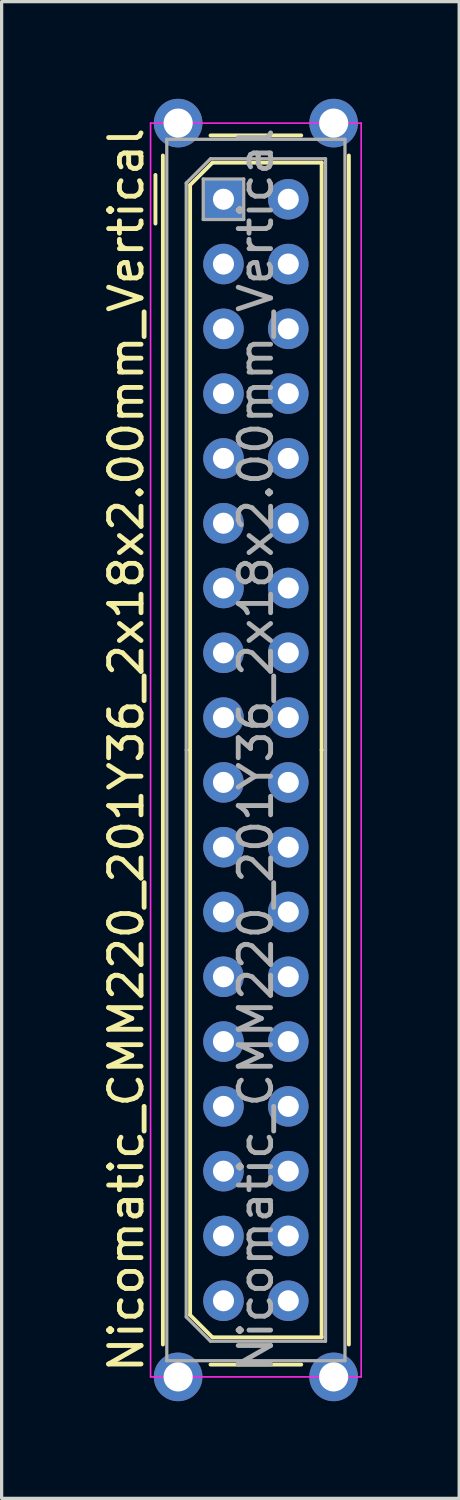
<source format=kicad_pcb>
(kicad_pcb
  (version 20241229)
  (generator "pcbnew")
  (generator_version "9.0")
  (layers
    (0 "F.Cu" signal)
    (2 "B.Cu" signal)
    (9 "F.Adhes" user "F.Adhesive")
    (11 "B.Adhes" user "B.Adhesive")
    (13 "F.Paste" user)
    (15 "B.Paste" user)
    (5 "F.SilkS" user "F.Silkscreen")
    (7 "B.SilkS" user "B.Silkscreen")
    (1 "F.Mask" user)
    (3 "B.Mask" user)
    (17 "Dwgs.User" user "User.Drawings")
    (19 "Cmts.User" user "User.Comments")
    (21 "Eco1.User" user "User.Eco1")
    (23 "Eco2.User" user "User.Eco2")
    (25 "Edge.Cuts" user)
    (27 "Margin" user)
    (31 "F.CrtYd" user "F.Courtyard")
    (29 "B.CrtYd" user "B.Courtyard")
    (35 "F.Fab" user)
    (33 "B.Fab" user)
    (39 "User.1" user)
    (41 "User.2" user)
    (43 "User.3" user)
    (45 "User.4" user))
  (footprint "Nicomatic_CMM220_201Y36_2x18x2.00mm_Vertical"
    (layer "F.Cu")
    (at 3.848 3.1)
    (property "Reference" "Nicomatic_CMM220_201Y36_2x18x2.00mm_Vertical" (at -3 17 90) (layer "F.SilkS") (effects (font (size 1 1) (thickness 0.15))))
    (attr through_hole)
    (fp_line (start -2.1 -0.75) (end -2.1 0.75) (stroke (width 0.12) (type solid)) (layer "F.SilkS"))
    (fp_line (start -1.87 35.35) (end -1.87 -1.35) (stroke (width 0.12) (type solid)) (layer "F.SilkS"))
    (fp_line (start -1.03 -0.44) (end -0.34 -1.13) (stroke (width 0.12) (type solid)) (layer "F.SilkS"))
    (fp_line (start -1.03 17) (end -1.03 -0.44) (stroke (width 0.12) (type solid)) (layer "F.SilkS"))
    (fp_line (start -1.03 17) (end -1.03 34.44) (stroke (width 0.12) (type solid)) (layer "F.SilkS"))
    (fp_line (start -1.03 34.44) (end -0.34 35.13) (stroke (width 0.12) (type solid)) (layer "F.SilkS"))
    (fp_line (start -0.4 -1.97) (end 2.4 -1.97) (stroke (width 0.12) (type solid)) (layer "F.SilkS"))
    (fp_line (start -0.4 35.97) (end 2.4 35.97) (stroke (width 0.12) (type solid)) (layer "F.SilkS"))
    (fp_line (start -0.34 -1.13) (end 3.03 -1.13) (stroke (width 0.12) (type solid)) (layer "F.SilkS"))
    (fp_line (start -0.34 35.13) (end 3.03 35.13) (stroke (width 0.12) (type solid)) (layer "F.SilkS"))
    (fp_line (start 3.03 -1.13) (end 3.03 17) (stroke (width 0.12) (type solid)) (layer "F.SilkS"))
    (fp_line (start 3.03 35.13) (end 3.03 17) (stroke (width 0.12) (type solid)) (layer "F.SilkS"))
    (fp_line (start 3.87 35.35) (end 3.87 -1.35) (stroke (width 0.12) (type solid)) (layer "F.SilkS"))
    (fp_line (start -2.25 -2.35) (end -2.25 36.35) (stroke (width 0.05) (type solid)) (layer "F.CrtYd"))
    (fp_line (start -2.25 36.35) (end 4.25 36.35) (stroke (width 0.05) (type solid)) (layer "F.CrtYd"))
    (fp_line (start 4.25 -2.35) (end -2.25 -2.35) (stroke (width 0.05) (type solid)) (layer "F.CrtYd"))
    (fp_line (start 4.25 36.35) (end 4.25 -2.35) (stroke (width 0.05) (type solid)) (layer "F.CrtYd"))
    (fp_line (start -1.75 -1.85) (end -1.75 35.85) (stroke (width 0.1) (type solid)) (layer "F.Fab"))
    (fp_line (start -1.75 35.85) (end 3.75 35.85) (stroke (width 0.1) (type solid)) (layer "F.Fab"))
    (fp_line (start -1.15 -0.5) (end -0.4 -1.25) (stroke (width 0.1) (type solid)) (layer "F.Fab"))
    (fp_line (start -1.15 17) (end -1.15 -0.5) (stroke (width 0.1) (type solid)) (layer "F.Fab"))
    (fp_line (start -1.15 17) (end -1.15 34.5) (stroke (width 0.1) (type solid)) (layer "F.Fab"))
    (fp_line (start -1.15 34.5) (end -0.4 35.25) (stroke (width 0.1) (type solid)) (layer "F.Fab"))
    (fp_line (start -0.625 -0.625) (end -0.625 0.625) (stroke (width 0.1) (type solid)) (layer "F.Fab"))
    (fp_line (start -0.625 0.625) (end 0.625 0.625) (stroke (width 0.1) (type solid)) (layer "F.Fab"))
    (fp_line (start -0.4 -1.25) (end 3.15 -1.25) (stroke (width 0.1) (type solid)) (layer "F.Fab"))
    (fp_line (start -0.4 35.25) (end 3.15 35.25) (stroke (width 0.1) (type solid)) (layer "F.Fab"))
    (fp_line (start 0.625 -0.625) (end -0.625 -0.625) (stroke (width 0.1) (type solid)) (layer "F.Fab"))
    (fp_line (start 0.625 0.625) (end 0.625 -0.625) (stroke (width 0.1) (type solid)) (layer "F.Fab"))
    (fp_line (start 3.15 -1.25) (end 3.15 17) (stroke (width 0.1) (type solid)) (layer "F.Fab"))
    (fp_line (start 3.15 35.25) (end 3.15 17) (stroke (width 0.1) (type solid)) (layer "F.Fab"))
    (fp_line (start 3.75 -1.85) (end -1.75 -1.85) (stroke (width 0.1) (type solid)) (layer "F.Fab"))
    (fp_line (start 3.75 35.85) (end 3.75 -1.85) (stroke (width 0.1) (type solid)) (layer "F.Fab"))
    (fp_text user "${REFERENCE}" (at 1 17 90) (layer "F.Fab") (effects (font (size 1 1) (thickness 0.15))))
    (pad "" thru_hole circle (at -1.4 -2.35) (size 1.5 1.5) (drill 0.9) (layers "*.Cu" "*.Mask"))
    (pad "" thru_hole circle (at -1.4 36.35) (size 1.5 1.5) (drill 0.9) (layers "*.Cu" "*.Mask"))
    (pad "" thru_hole circle (at 3.4 -2.35) (size 1.5 1.5) (drill 0.9) (layers "*.Cu" "*.Mask"))
    (pad "" thru_hole circle (at 3.4 36.35) (size 1.5 1.5) (drill 0.9) (layers "*.Cu" "*.Mask"))
    (pad "1" thru_hole rect (at 0 0) (size 1.25 1.25) (drill 0.65) (layers "*.Cu" "*.Mask"))
    (pad "2" thru_hole oval (at 0 2) (size 1.25 1.25) (drill 0.65) (layers "*.Cu" "*.Mask"))
    (pad "3" thru_hole oval (at 0 4) (size 1.25 1.25) (drill 0.65) (layers "*.Cu" "*.Mask"))
    (pad "4" thru_hole oval (at 0 6) (size 1.25 1.25) (drill 0.65) (layers "*.Cu" "*.Mask"))
    (pad "5" thru_hole oval (at 0 8) (size 1.25 1.25) (drill 0.65) (layers "*.Cu" "*.Mask"))
    (pad "6" thru_hole oval (at 0 10) (size 1.25 1.25) (drill 0.65) (layers "*.Cu" "*.Mask"))
    (pad "7" thru_hole oval (at 0 12) (size 1.25 1.25) (drill 0.65) (layers "*.Cu" "*.Mask"))
    (pad "8" thru_hole oval (at 0 14) (size 1.25 1.25) (drill 0.65) (layers "*.Cu" "*.Mask"))
    (pad "9" thru_hole oval (at 0 16) (size 1.25 1.25) (drill 0.65) (layers "*.Cu" "*.Mask"))
    (pad "10" thru_hole oval (at 0 18) (size 1.25 1.25) (drill 0.65) (layers "*.Cu" "*.Mask"))
    (pad "11" thru_hole oval (at 0 20) (size 1.25 1.25) (drill 0.65) (layers "*.Cu" "*.Mask"))
    (pad "12" thru_hole oval (at 0 22) (size 1.25 1.25) (drill 0.65) (layers "*.Cu" "*.Mask"))
    (pad "13" thru_hole oval (at 0 24) (size 1.25 1.25) (drill 0.65) (layers "*.Cu" "*.Mask"))
    (pad "14" thru_hole oval (at 0 26) (size 1.25 1.25) (drill 0.65) (layers "*.Cu" "*.Mask"))
    (pad "15" thru_hole oval (at 0 28) (size 1.25 1.25) (drill 0.65) (layers "*.Cu" "*.Mask"))
    (pad "16" thru_hole oval (at 0 30) (size 1.25 1.25) (drill 0.65) (layers "*.Cu" "*.Mask"))
    (pad "17" thru_hole oval (at 0 32) (size 1.25 1.25) (drill 0.65) (layers "*.Cu" "*.Mask"))
    (pad "18" thru_hole oval (at 0 34) (size 1.25 1.25) (drill 0.65) (layers "*.Cu" "*.Mask"))
    (pad "19" thru_hole oval (at 2 0) (size 1.25 1.25) (drill 0.65) (layers "*.Cu" "*.Mask"))
    (pad "20" thru_hole oval (at 2 2) (size 1.25 1.25) (drill 0.65) (layers "*.Cu" "*.Mask"))
    (pad "21" thru_hole oval (at 2 4) (size 1.25 1.25) (drill 0.65) (layers "*.Cu" "*.Mask"))
    (pad "22" thru_hole oval (at 2 6) (size 1.25 1.25) (drill 0.65) (layers "*.Cu" "*.Mask"))
    (pad "23" thru_hole oval (at 2 8) (size 1.25 1.25) (drill 0.65) (layers "*.Cu" "*.Mask"))
    (pad "24" thru_hole oval (at 2 10) (size 1.25 1.25) (drill 0.65) (layers "*.Cu" "*.Mask"))
    (pad "25" thru_hole oval (at 2 12) (size 1.25 1.25) (drill 0.65) (layers "*.Cu" "*.Mask"))
    (pad "26" thru_hole oval (at 2 14) (size 1.25 1.25) (drill 0.65) (layers "*.Cu" "*.Mask"))
    (pad "27" thru_hole oval (at 2 16) (size 1.25 1.25) (drill 0.65) (layers "*.Cu" "*.Mask"))
    (pad "28" thru_hole oval (at 2 18) (size 1.25 1.25) (drill 0.65) (layers "*.Cu" "*.Mask"))
    (pad "29" thru_hole oval (at 2 20) (size 1.25 1.25) (drill 0.65) (layers "*.Cu" "*.Mask"))
    (pad "30" thru_hole oval (at 2 22) (size 1.25 1.25) (drill 0.65) (layers "*.Cu" "*.Mask"))
    (pad "31" thru_hole oval (at 2 24) (size 1.25 1.25) (drill 0.65) (layers "*.Cu" "*.Mask"))
    (pad "32" thru_hole oval (at 2 26) (size 1.25 1.25) (drill 0.65) (layers "*.Cu" "*.Mask"))
    (pad "33" thru_hole oval (at 2 28) (size 1.25 1.25) (drill 0.65) (layers "*.Cu" "*.Mask"))
    (pad "34" thru_hole oval (at 2 30) (size 1.25 1.25) (drill 0.65) (layers "*.Cu" "*.Mask"))
    (pad "35" thru_hole oval (at 2 32) (size 1.25 1.25) (drill 0.65) (layers "*.Cu" "*.Mask"))
    (pad "36" thru_hole oval (at 2 34) (size 1.25 1.25) (drill 0.65) (layers "*.Cu" "*.Mask")))
  (gr_rect
    (start -3 -3)
    (end 11.123 43.2)
    (stroke (width 0.1) (type default))
    (fill no)
    (layer "Edge.Cuts")))
</source>
